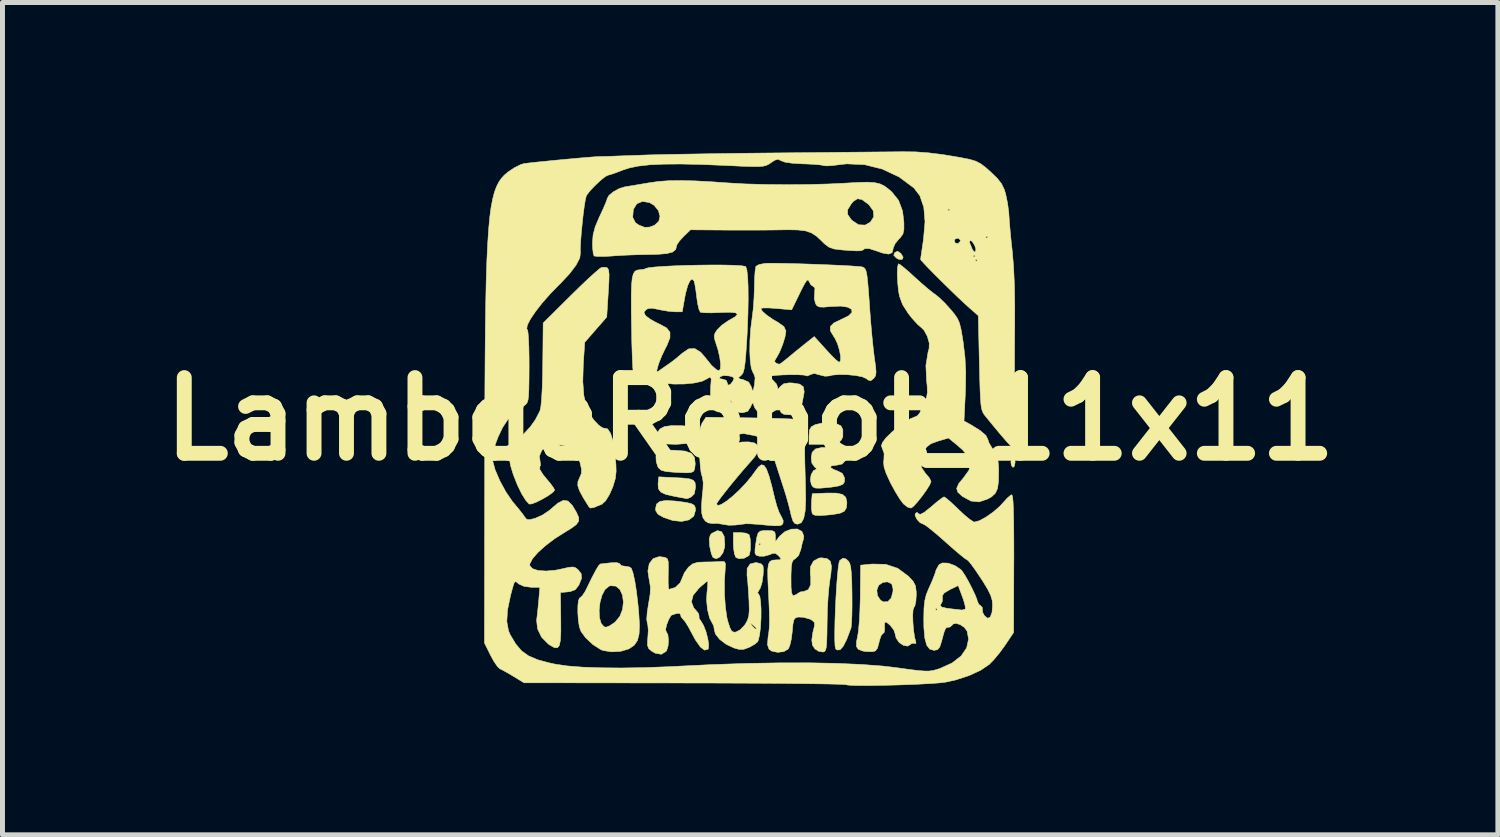
<source format=kicad_pcb>
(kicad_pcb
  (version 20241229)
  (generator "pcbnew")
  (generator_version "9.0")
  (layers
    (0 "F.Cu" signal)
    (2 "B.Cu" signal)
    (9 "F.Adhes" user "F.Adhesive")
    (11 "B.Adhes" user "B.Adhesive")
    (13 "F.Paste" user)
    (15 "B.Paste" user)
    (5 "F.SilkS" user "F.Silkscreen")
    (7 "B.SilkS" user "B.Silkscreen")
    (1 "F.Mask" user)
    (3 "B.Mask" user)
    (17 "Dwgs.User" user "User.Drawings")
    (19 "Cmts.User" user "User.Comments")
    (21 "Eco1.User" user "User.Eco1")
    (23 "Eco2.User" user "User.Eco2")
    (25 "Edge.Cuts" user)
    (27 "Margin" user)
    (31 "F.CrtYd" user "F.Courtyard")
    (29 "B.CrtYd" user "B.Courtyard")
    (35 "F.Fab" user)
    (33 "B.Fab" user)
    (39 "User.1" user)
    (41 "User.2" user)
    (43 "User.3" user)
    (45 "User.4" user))
  (footprint "LambdaRobot_11x11"
    (layer "F.Cu")
    (at 12.054 5.387)
    (property "Reference" "LambdaRobot_11x11" (at 0 0 0) (layer "F.SilkS") (effects (font (size 1.524 1.524) (thickness 0.3))))
    (attr through_hole)
    (fp_poly (pts (xy 5.323 0.798) (xy 5.334 0.868) (xy 5.32 0.947) (xy 5.292 0.974) (xy 5.26 0.937) (xy 5.249 0.868) (xy 5.264 0.788) (xy 5.292 0.762) (xy 5.323 0.798)) (stroke (width 0.01) (type solid)) (fill yes) (layer "F.SilkS"))
    (fp_poly (pts (xy 3.032 -3.336) (xy 3.036 -3.332) (xy 3.08 -3.258) (xy 3.059 -3.212) (xy 2.992 -3.215) (xy 2.944 -3.242) (xy 2.89 -3.298) (xy 2.908 -3.348) (xy 2.913 -3.353) (xy 2.967 -3.379) (xy 3.032 -3.336)) (stroke (width 0.01) (type solid)) (fill yes) (layer "F.SilkS"))
    (fp_poly (pts (xy -0.575 2.269) (xy -0.524 2.362) (xy -0.511 2.52) (xy -0.515 2.582) (xy -0.549 2.694) (xy -0.611 2.777) (xy -0.684 2.813) (xy -0.748 2.787) (xy -0.75 2.785) (xy -0.782 2.711) (xy -0.809 2.591) (xy -0.817 2.543) (xy -0.825 2.411) (xy -0.801 2.333) (xy -0.77 2.3) (xy -0.658 2.246) (xy -0.575 2.269)) (stroke (width 0.01) (type solid)) (fill yes) (layer "F.SilkS"))
    (fp_poly (pts (xy -0.088 2.297) (xy -0.024 2.325) (xy -0.021 2.329) (xy -0.001 2.404) (xy 0.007 2.52) (xy 0.002 2.641) (xy -0.015 2.73) (xy -0.027 2.75) (xy -0.121 2.802) (xy -0.225 2.812) (xy -0.288 2.786) (xy -0.317 2.717) (xy -0.335 2.596) (xy -0.339 2.51) (xy -0.339 2.286) (xy -0.193 2.286) (xy -0.088 2.297)) (stroke (width 0.01) (type solid)) (fill yes) (layer "F.SilkS"))
    (fp_poly (pts (xy -1.495 1.652) (xy -1.469 1.655) (xy -1.292 1.679) (xy -1.183 1.704) (xy -1.126 1.737) (xy -1.104 1.787) (xy -1.101 1.837) (xy -1.136 1.955) (xy -1.233 2.03) (xy -1.378 2.061) (xy -1.557 2.043) (xy -1.743 1.981) (xy -1.853 1.919) (xy -1.9 1.85) (xy -1.905 1.803) (xy -1.885 1.711) (xy -1.816 1.658) (xy -1.69 1.639) (xy -1.495 1.652)) (stroke (width 0.01) (type solid)) (fill yes) (layer "F.SilkS"))
    (fp_poly (pts (xy 1.636 0.083) (xy 1.762 0.104) (xy 1.829 0.14) (xy 1.862 0.206) (xy 1.866 0.219) (xy 1.865 0.359) (xy 1.835 0.42) (xy 1.789 0.468) (xy 1.719 0.495) (xy 1.604 0.506) (xy 1.479 0.508) (xy 1.185 0.508) (xy 1.185 0.337) (xy 1.194 0.221) (xy 1.231 0.156) (xy 1.311 0.112) (xy 1.45 0.081) (xy 1.62 0.081) (xy 1.636 0.083)) (stroke (width 0.01) (type solid)) (fill yes) (layer "F.SilkS"))
    (fp_poly (pts (xy -1.374 0.135) (xy -1.234 0.144) (xy -1.16 0.16) (xy -1.131 0.194) (xy -1.129 0.255) (xy -1.13 0.268) (xy -1.151 0.385) (xy -1.205 0.457) (xy -1.308 0.495) (xy -1.475 0.508) (xy -1.524 0.508) (xy -1.705 0.501) (xy -1.816 0.476) (xy -1.864 0.443) (xy -1.896 0.368) (xy -1.87 0.275) (xy -1.815 0.198) (xy -1.724 0.151) (xy -1.582 0.132) (xy -1.374 0.135)) (stroke (width 0.01) (type solid)) (fill yes) (layer "F.SilkS"))
    (fp_poly (pts (xy 1.733 1.491) (xy 1.857 1.517) (xy 1.924 1.574) (xy 1.946 1.669) (xy 1.947 1.688) (xy 1.936 1.79) (xy 1.894 1.857) (xy 1.805 1.898) (xy 1.653 1.923) (xy 1.576 1.931) (xy 1.413 1.943) (xy 1.315 1.94) (xy 1.265 1.921) (xy 1.247 1.894) (xy 1.234 1.811) (xy 1.234 1.689) (xy 1.235 1.666) (xy 1.249 1.503) (xy 1.538 1.49) (xy 1.733 1.491)) (stroke (width 0.01) (type solid)) (fill yes) (layer "F.SilkS"))
    (fp_poly (pts (xy -1.545 1.178) (xy -1.347 1.189) (xy -1.218 1.205) (xy -1.145 1.233) (xy -1.11 1.28) (xy -1.101 1.351) (xy -1.101 1.377) (xy -1.124 1.505) (xy -1.183 1.565) (xy -1.253 1.598) (xy -1.278 1.604) (xy -1.323 1.594) (xy -1.427 1.575) (xy -1.524 1.557) (xy -1.698 1.518) (xy -1.801 1.47) (xy -1.849 1.402) (xy -1.855 1.302) (xy -1.854 1.295) (xy -1.841 1.164) (xy -1.545 1.178)) (stroke (width 0.01) (type solid)) (fill yes) (layer "F.SilkS"))
    (fp_poly (pts (xy -1.763 0.621) (xy -1.639 0.625) (xy -1.506 0.629) (xy -1.31 0.645) (xy -1.186 0.69) (xy -1.122 0.77) (xy -1.107 0.895) (xy -1.109 0.926) (xy -1.118 1.003) (xy -1.138 1.051) (xy -1.188 1.076) (xy -1.281 1.083) (xy -1.434 1.077) (xy -1.55 1.07) (xy -1.7 1.056) (xy -1.79 1.031) (xy -1.842 0.987) (xy -1.86 0.958) (xy -1.892 0.857) (xy -1.897 0.747) (xy -1.878 0.658) (xy -1.837 0.618) (xy -1.831 0.618) (xy -1.763 0.621)) (stroke (width 0.01) (type solid)) (fill yes) (layer "F.SilkS"))
    (fp_poly (pts (xy 1.929 2.817) (xy 1.977 2.86) (xy 2.004 2.904) (xy 2.024 2.981) (xy 2.037 3.104) (xy 2.046 3.286) (xy 2.05 3.527) (xy 2.051 3.75) (xy 2.048 3.949) (xy 2.041 4.104) (xy 2.032 4.198) (xy 2.028 4.212) (xy 1.945 4.433) (xy 1.873 4.576) (xy 1.809 4.646) (xy 1.749 4.649) (xy 1.72 4.627) (xy 1.709 4.573) (xy 1.703 4.45) (xy 1.703 4.273) (xy 1.707 4.06) (xy 1.716 3.825) (xy 1.727 3.585) (xy 1.741 3.354) (xy 1.757 3.149) (xy 1.774 2.986) (xy 1.791 2.88) (xy 1.803 2.848) (xy 1.869 2.8) (xy 1.929 2.817)) (stroke (width 0.01) (type solid)) (fill yes) (layer "F.SilkS"))
    (fp_poly (pts (xy 1.638 0.577) (xy 1.669 0.58) (xy 1.808 0.599) (xy 1.885 0.627) (xy 1.922 0.674) (xy 1.932 0.705) (xy 1.927 0.824) (xy 1.854 0.904) (xy 1.73 0.931) (xy 1.634 0.943) (xy 1.616 0.974) (xy 1.676 1.014) (xy 1.746 1.039) (xy 1.856 1.095) (xy 1.898 1.18) (xy 1.9 1.26) (xy 1.868 1.312) (xy 1.787 1.346) (xy 1.642 1.37) (xy 1.56 1.379) (xy 1.408 1.392) (xy 1.317 1.39) (xy 1.266 1.368) (xy 1.233 1.323) (xy 1.232 1.321) (xy 1.211 1.224) (xy 1.228 1.119) (xy 1.273 1.039) (xy 1.322 1.015) (xy 1.338 0.998) (xy 1.302 0.97) (xy 1.242 0.888) (xy 1.228 0.78) (xy 1.248 0.669) (xy 1.317 0.601) (xy 1.443 0.572) (xy 1.638 0.577)) (stroke (width 0.01) (type solid)) (fill yes) (layer "F.SilkS"))
    (fp_poly (pts (xy -2.627 2.91) (xy -2.625 2.919) (xy -2.589 2.953) (xy -2.521 2.963) (xy -2.432 2.978) (xy -2.394 3.003) (xy -2.36 3.095) (xy -2.324 3.256) (xy -2.29 3.471) (xy -2.26 3.725) (xy -2.244 3.892) (xy -2.229 4.145) (xy -2.237 4.329) (xy -2.27 4.46) (xy -2.334 4.553) (xy -2.432 4.621) (xy -2.445 4.628) (xy -2.605 4.676) (xy -2.792 4.687) (xy -2.961 4.66) (xy -3.006 4.643) (xy -3.166 4.541) (xy -3.314 4.403) (xy -3.412 4.267) (xy -3.441 4.174) (xy -3.461 4.043) (xy -3.47 3.896) (xy -3.47 3.852) (xy -3.041 3.852) (xy -3.034 3.999) (xy -3 4.116) (xy -2.94 4.183) (xy -2.902 4.191) (xy -2.833 4.165) (xy -2.738 4.102) (xy -2.717 4.085) (xy -2.623 3.97) (xy -2.569 3.83) (xy -2.553 3.682) (xy -2.572 3.544) (xy -2.623 3.432) (xy -2.704 3.364) (xy -2.811 3.356) (xy -2.842 3.365) (xy -2.923 3.432) (xy -2.984 3.549) (xy -3.024 3.695) (xy -3.041 3.852) (xy -3.47 3.852) (xy -3.469 3.757) (xy -3.457 3.651) (xy -3.432 3.6) (xy -3.427 3.598) (xy -3.384 3.563) (xy -3.325 3.475) (xy -3.296 3.418) (xy -3.187 3.194) (xy -3.106 3.041) (xy -3.052 2.951) (xy -3.018 2.918) (xy -3.016 2.918) (xy -2.957 2.911) (xy -2.849 2.899) (xy -2.805 2.894) (xy -2.684 2.891) (xy -2.627 2.91)) (stroke (width 0.01) (type solid)) (fill yes) (layer "F.SilkS"))
    (fp_poly (pts (xy 2.73 2.925) (xy 2.97 3.005) (xy 3.184 3.164) (xy 3.186 3.165) (xy 3.281 3.267) (xy 3.328 3.357) (xy 3.343 3.473) (xy 3.344 3.541) (xy 3.336 3.672) (xy 3.315 3.765) (xy 3.297 3.792) (xy 3.279 3.844) (xy 3.273 3.956) (xy 3.277 4.1) (xy 3.29 4.254) (xy 3.31 4.391) (xy 3.333 4.477) (xy 3.337 4.522) (xy 3.312 4.515) (xy 3.253 4.514) (xy 3.239 4.529) (xy 3.173 4.572) (xy 3.086 4.557) (xy 3 4.499) (xy 2.938 4.41) (xy 2.921 4.333) (xy 2.892 4.247) (xy 2.82 4.154) (xy 2.815 4.149) (xy 2.742 4.089) (xy 2.709 4.094) (xy 2.704 4.174) (xy 2.708 4.223) (xy 2.698 4.297) (xy 2.673 4.318) (xy 2.639 4.355) (xy 2.605 4.45) (xy 2.594 4.498) (xy 2.563 4.614) (xy 2.52 4.669) (xy 2.454 4.684) (xy 2.335 4.681) (xy 2.265 4.67) (xy 2.177 4.636) (xy 2.139 4.58) (xy 2.141 4.479) (xy 2.163 4.378) (xy 2.181 4.258) (xy 2.197 4.077) (xy 2.209 3.856) (xy 2.216 3.617) (xy 2.217 3.556) (xy 2.218 3.445) (xy 2.55 3.445) (xy 2.562 3.554) (xy 2.623 3.646) (xy 2.681 3.681) (xy 2.771 3.677) (xy 2.839 3.604) (xy 2.874 3.474) (xy 2.877 3.423) (xy 2.85 3.319) (xy 2.767 3.278) (xy 2.672 3.288) (xy 2.586 3.347) (xy 2.55 3.445) (xy 2.218 3.445) (xy 2.223 2.942) (xy 2.455 2.919) (xy 2.73 2.925)) (stroke (width 0.01) (type solid)) (fill yes) (layer "F.SilkS"))
    (fp_poly (pts (xy -2.878 -3.046) (xy -2.851 -3.003) (xy -2.841 -2.915) (xy -2.844 -2.77) (xy -2.857 -2.553) (xy -2.857 -2.551) (xy -2.888 -2.053) (xy -3.11 -1.799) (xy -3.331 -1.545) (xy -3.36 -1.104) (xy -3.37 -0.755) (xy -3.349 -0.473) (xy -3.295 -0.246) (xy -3.205 -0.06) (xy -3.141 0.028) (xy -3.05 0.123) (xy -2.973 0.177) (xy -2.939 0.184) (xy -2.872 0.197) (xy -2.812 0.286) (xy -2.762 0.441) (xy -2.725 0.654) (xy -2.703 0.915) (xy -2.699 1.058) (xy -2.716 1.202) (xy -2.765 1.364) (xy -2.833 1.519) (xy -2.91 1.645) (xy -2.985 1.715) (xy -2.997 1.72) (xy -3.099 1.76) (xy -3.141 1.78) (xy -3.219 1.792) (xy -3.247 1.767) (xy -3.365 1.577) (xy -3.438 1.44) (xy -3.471 1.34) (xy -3.468 1.259) (xy -3.437 1.186) (xy -3.4 1.101) (xy -3.395 1.014) (xy -3.423 0.888) (xy -3.426 0.877) (xy -3.476 0.744) (xy -3.536 0.638) (xy -3.559 0.611) (xy -3.668 0.554) (xy -3.821 0.521) (xy -3.978 0.518) (xy -4.101 0.547) (xy -4.103 0.548) (xy -4.197 0.634) (xy -4.244 0.746) (xy -4.23 0.851) (xy -4.22 0.93) (xy -4.236 0.96) (xy -4.235 1.017) (xy -4.168 1.122) (xy -4.108 1.195) (xy -4.017 1.304) (xy -3.955 1.391) (xy -3.937 1.431) (xy -3.972 1.475) (xy -4.06 1.539) (xy -4.177 1.608) (xy -4.297 1.669) (xy -4.396 1.708) (xy -4.449 1.712) (xy -4.517 1.639) (xy -4.6 1.506) (xy -4.685 1.332) (xy -4.761 1.14) (xy -4.775 1.101) (xy -4.822 0.946) (xy -4.842 0.84) (xy -4.836 0.752) (xy -4.808 0.658) (xy -4.745 0.533) (xy -4.643 0.392) (xy -4.572 0.313) (xy -4.427 0.157) (xy -4.324 0.012) (xy -4.236 -0.159) (xy -4.232 -0.169) (xy -4.214 -0.252) (xy -4.199 -0.409) (xy -4.187 -0.632) (xy -4.179 -0.909) (xy -4.176 -1.104) (xy -4.168 -1.934) (xy -3.609 -2.489) (xy -3.429 -2.665) (xy -3.268 -2.818) (xy -3.134 -2.94) (xy -3.04 -3.021) (xy -2.996 -3.051) (xy -2.925 -3.057) (xy -2.878 -3.046)) (stroke (width 0.01) (type solid)) (fill yes) (layer "F.SilkS"))
    (fp_poly (pts (xy 0.059 -0.023) (xy 0.336 -0.018) (xy 0.585 -0.011) (xy 0.793 -0.003) (xy 0.949 0.006) (xy 1.038 0.014) (xy 1.054 0.019) (xy 1.076 0.074) (xy 1.091 0.199) (xy 1.096 0.377) (xy 1.096 0.415) (xy 1.097 0.609) (xy 1.1 0.854) (xy 1.107 1.117) (xy 1.113 1.333) (xy 1.118 1.63) (xy 1.107 1.849) (xy 1.078 1.999) (xy 1.03 2.086) (xy 0.961 2.116) (xy 0.954 2.117) (xy 0.9 2.104) (xy 0.862 2.055) (xy 0.828 1.951) (xy 0.806 1.855) (xy 0.771 1.715) (xy 0.721 1.538) (xy 0.677 1.397) (xy 0.612 1.197) (xy 0.541 0.977) (xy 0.499 0.847) (xy 0.429 0.646) (xy 0.364 0.51) (xy 0.288 0.423) (xy 0.19 0.367) (xy 0.094 0.335) (xy -0.125 0.293) (xy -0.282 0.309) (xy -0.369 0.369) (xy -0.402 0.448) (xy -0.368 0.492) (xy -0.298 0.487) (xy -0.165 0.462) (xy -0.028 0.46) (xy 0.082 0.48) (xy 0.13 0.512) (xy 0.162 0.586) (xy 0.152 0.662) (xy 0.093 0.758) (xy -0.012 0.88) (xy -0.126 1.009) (xy -0.253 1.159) (xy -0.382 1.315) (xy -0.5 1.463) (xy -0.597 1.588) (xy -0.659 1.675) (xy -0.677 1.709) (xy -0.651 1.741) (xy -0.581 1.719) (xy -0.477 1.653) (xy -0.352 1.553) (xy -0.217 1.428) (xy -0.084 1.288) (xy 0.036 1.142) (xy 0.096 1.058) (xy 0.166 0.965) (xy 0.225 0.921) (xy 0.277 0.932) (xy 0.327 1.005) (xy 0.379 1.145) (xy 0.437 1.357) (xy 0.492 1.587) (xy 0.535 1.746) (xy 0.582 1.878) (xy 0.623 1.956) (xy 0.624 1.956) (xy 0.664 2.041) (xy 0.661 2.098) (xy 0.637 2.132) (xy 0.585 2.148) (xy 0.487 2.149) (xy 0.325 2.136) (xy 0.307 2.134) (xy 0.142 2.119) (xy 0.005 2.11) (xy -0.078 2.108) (xy -0.085 2.108) (xy -0.169 2.118) (xy -0.287 2.133) (xy -0.296 2.134) (xy -0.431 2.138) (xy -0.549 2.12) (xy -0.55 2.119) (xy -0.667 2.1) (xy -0.745 2.104) (xy -0.845 2.091) (xy -0.904 2.053) (xy -0.95 1.989) (xy -0.975 1.897) (xy -0.98 1.763) (xy -0.968 1.572) (xy -0.95 1.407) (xy -0.946 1.276) (xy -0.962 1.169) (xy -0.97 1.149) (xy -0.989 1.076) (xy -1.005 0.939) (xy -1.017 0.762) (xy -1.022 0.626) (xy -1.024 0.41) (xy -1.018 0.26) (xy -1 0.158) (xy -0.97 0.085) (xy -0.962 0.071) (xy -0.89 -0.037) (xy 0.059 -0.023)) (stroke (width 0.01) (type solid)) (fill yes) (layer "F.SilkS"))
    (fp_poly (pts (xy 1.04 2.262) (xy 1.045 2.268) (xy 1.08 2.357) (xy 1.075 2.412) (xy 1.048 2.497) (xy 1.022 2.616) (xy 1.02 2.625) (xy 0.975 2.748) (xy 0.91 2.81) (xy 0.868 2.838) (xy 0.842 2.89) (xy 0.828 2.984) (xy 0.822 3.137) (xy 0.822 3.202) (xy 0.823 3.387) (xy 0.834 3.5) (xy 0.857 3.55) (xy 0.872 3.556) (xy 0.941 3.527) (xy 0.953 3.514) (xy 1.011 3.481) (xy 1.081 3.471) (xy 1.171 3.435) (xy 1.219 3.334) (xy 1.22 3.18) (xy 1.211 3.124) (xy 1.213 2.974) (xy 1.275 2.86) (xy 1.385 2.799) (xy 1.435 2.794) (xy 1.548 2.809) (xy 1.614 2.863) (xy 1.637 2.966) (xy 1.623 3.132) (xy 1.608 3.219) (xy 1.587 3.377) (xy 1.568 3.592) (xy 1.555 3.836) (xy 1.549 4.082) (xy 1.549 4.095) (xy 1.546 4.329) (xy 1.541 4.491) (xy 1.532 4.595) (xy 1.517 4.654) (xy 1.493 4.683) (xy 1.468 4.691) (xy 1.38 4.676) (xy 1.305 4.629) (xy 1.254 4.556) (xy 1.24 4.45) (xy 1.262 4.296) (xy 1.294 4.166) (xy 1.294 4.094) (xy 1.232 4.042) (xy 1.193 4.025) (xy 1.07 3.991) (xy 0.967 3.986) (xy 0.913 4.002) (xy 0.88 4.043) (xy 0.861 4.128) (xy 0.847 4.278) (xy 0.847 4.28) (xy 0.827 4.435) (xy 0.797 4.563) (xy 0.767 4.629) (xy 0.678 4.682) (xy 0.555 4.697) (xy 0.438 4.674) (xy 0.381 4.635) (xy 0.348 4.544) (xy 0.36 4.393) (xy 0.36 4.392) (xy 0.376 4.289) (xy 0.386 4.183) (xy 0.389 4.055) (xy 0.386 3.889) (xy 0.377 3.669) (xy 0.365 3.429) (xy 0.355 3.194) (xy 0.354 3.031) (xy 0.367 2.926) (xy 0.397 2.868) (xy 0.447 2.842) (xy 0.517 2.836) (xy 0.605 2.833) (xy 0.619 2.81) (xy 0.575 2.756) (xy 0.509 2.702) (xy 0.44 2.709) (xy 0.399 2.729) (xy 0.28 2.762) (xy 0.188 2.762) (xy 0.124 2.743) (xy 0.097 2.703) (xy 0.098 2.617) (xy 0.107 2.545) (xy 0.111 2.519) (xy 0.169 2.519) (xy 0.191 2.54) (xy 0.212 2.519) (xy 0.191 2.498) (xy 0.169 2.519) (xy 0.111 2.519) (xy 0.131 2.389) (xy 0.158 2.299) (xy 0.202 2.257) (xy 0.279 2.244) (xy 0.337 2.244) (xy 0.447 2.249) (xy 0.496 2.276) (xy 0.508 2.339) (xy 0.508 2.355) (xy 0.508 2.467) (xy 0.595 2.357) (xy 0.7 2.266) (xy 0.828 2.217) (xy 0.95 2.213) (xy 1.04 2.262)) (stroke (width 0.01) (type solid)) (fill yes) (layer "F.SilkS"))
    (fp_poly (pts (xy 3.021 -3.107) (xy 3.105 -3.041) (xy 3.222 -2.939) (xy 3.307 -2.861) (xy 3.452 -2.731) (xy 3.585 -2.617) (xy 3.688 -2.535) (xy 3.722 -2.512) (xy 3.805 -2.445) (xy 3.917 -2.337) (xy 4.026 -2.217) (xy 4.113 -2.113) (xy 4.173 -2.025) (xy 4.214 -1.932) (xy 4.244 -1.812) (xy 4.274 -1.641) (xy 4.29 -1.534) (xy 4.325 -1.241) (xy 4.34 -0.951) (xy 4.336 -0.626) (xy 4.332 -0.52) (xy 4.305 0.039) (xy 4.443 0.115) (xy 4.629 0.23) (xy 4.745 0.329) (xy 4.784 0.408) (xy 4.808 0.48) (xy 4.869 0.581) (xy 4.892 0.613) (xy 4.952 0.707) (xy 4.986 0.807) (xy 5 0.945) (xy 5.003 1.048) (xy 4.999 1.255) (xy 4.98 1.397) (xy 4.936 1.494) (xy 4.861 1.564) (xy 4.781 1.61) (xy 4.608 1.668) (xy 4.446 1.651) (xy 4.274 1.558) (xy 4.265 1.551) (xy 4.18 1.473) (xy 4.157 1.396) (xy 4.198 1.301) (xy 4.297 1.18) (xy 4.404 1.032) (xy 4.438 0.898) (xy 4.397 0.765) (xy 4.279 0.623) (xy 4.18 0.535) (xy 3.993 0.382) (xy 3.779 0.445) (xy 3.638 0.497) (xy 3.553 0.562) (xy 3.497 0.652) (xy 3.437 0.832) (xy 3.449 0.977) (xy 3.533 1.099) (xy 3.535 1.101) (xy 3.607 1.184) (xy 3.64 1.254) (xy 3.641 1.258) (xy 3.615 1.323) (xy 3.55 1.428) (xy 3.463 1.55) (xy 3.37 1.667) (xy 3.289 1.756) (xy 3.241 1.792) (xy 3.178 1.778) (xy 3.095 1.716) (xy 3.08 1.701) (xy 3.011 1.608) (xy 2.924 1.466) (xy 2.835 1.303) (xy 2.82 1.274) (xy 2.739 1.097) (xy 2.696 0.97) (xy 2.686 0.87) (xy 2.692 0.818) (xy 2.697 0.691) (xy 2.669 0.616) (xy 2.641 0.537) (xy 2.664 0.472) (xy 2.735 0.378) (xy 2.853 0.263) (xy 2.991 0.147) (xy 3.129 0.048) (xy 3.241 -0.014) (xy 3.271 -0.024) (xy 3.365 -0.065) (xy 3.413 -0.12) (xy 3.445 -0.203) (xy 3.499 -0.317) (xy 3.51 -0.339) (xy 3.551 -0.435) (xy 3.568 -0.536) (xy 3.563 -0.672) (xy 3.551 -0.778) (xy 3.538 -1.08) (xy 3.582 -1.351) (xy 3.602 -1.418) (xy 3.605 -1.531) (xy 3.566 -1.667) (xy 3.501 -1.787) (xy 3.45 -1.838) (xy 3.37 -1.907) (xy 3.267 -2.02) (xy 3.182 -2.127) (xy 3.069 -2.303) (xy 3.007 -2.47) (xy 2.986 -2.582) (xy 2.969 -2.758) (xy 2.962 -2.922) (xy 2.967 -3.051) (xy 2.982 -3.122) (xy 2.985 -3.126) (xy 3.021 -3.107)) (stroke (width 0.01) (type solid)) (fill yes) (layer "F.SilkS"))
    (fp_poly (pts (xy -1.105 -4.795) (xy -0.758 -4.776) (xy -0.445 -4.754) (xy -0.102 -4.734) (xy 0.298 -4.723) (xy 0.729 -4.719) (xy 1.165 -4.722) (xy 1.58 -4.733) (xy 1.904 -4.749) (xy 2.167 -4.764) (xy 2.362 -4.769) (xy 2.505 -4.76) (xy 2.614 -4.735) (xy 2.704 -4.691) (xy 2.793 -4.624) (xy 2.85 -4.574) (xy 2.987 -4.404) (xy 3.068 -4.187) (xy 3.095 -3.959) (xy 3.095 -3.816) (xy 3.075 -3.725) (xy 3.023 -3.653) (xy 2.992 -3.622) (xy 2.916 -3.529) (xy 2.879 -3.439) (xy 2.879 -3.43) (xy 2.857 -3.349) (xy 2.788 -3.321) (xy 2.662 -3.343) (xy 2.552 -3.382) (xy 2.399 -3.431) (xy 2.311 -3.432) (xy 2.298 -3.424) (xy 2.266 -3.401) (xy 2.218 -3.388) (xy 2.135 -3.386) (xy 1.999 -3.393) (xy 1.845 -3.405) (xy 1.692 -3.424) (xy 1.587 -3.46) (xy 1.495 -3.529) (xy 1.444 -3.58) (xy 1.338 -3.68) (xy 1.235 -3.747) (xy 1.117 -3.788) (xy 0.962 -3.807) (xy 0.752 -3.811) (xy 0.635 -3.809) (xy 0.429 -3.806) (xy 0.168 -3.804) (xy -0.12 -3.804) (xy -0.407 -3.804) (xy -0.506 -3.805) (xy -1.202 -3.81) (xy -1.342 -3.675) (xy -1.426 -3.583) (xy -1.476 -3.508) (xy -1.482 -3.487) (xy -1.5 -3.413) (xy -1.564 -3.362) (xy -1.683 -3.331) (xy -1.869 -3.316) (xy -2.018 -3.313) (xy -2.25 -3.309) (xy -2.499 -3.3) (xy -2.72 -3.287) (xy -2.774 -3.283) (xy -2.936 -3.273) (xy -3.065 -3.273) (xy -3.137 -3.282) (xy -3.144 -3.285) (xy -3.161 -3.342) (xy -3.173 -3.454) (xy -3.175 -3.548) (xy -3.163 -3.709) (xy -3.121 -3.869) (xy -3.04 -4.061) (xy -2.365 -4.061) (xy -2.311 -3.954) (xy -2.243 -3.907) (xy -2.125 -3.86) (xy -2.024 -3.865) (xy -1.928 -3.901) (xy -1.841 -3.978) (xy -1.816 -4.085) (xy -1.826 -4.121) (xy 1.961 -4.121) (xy 2.032 -4.019) (xy 2.051 -3.999) (xy 2.182 -3.912) (xy 2.314 -3.905) (xy 2.42 -3.965) (xy 2.489 -4.073) (xy 2.478 -4.194) (xy 2.389 -4.317) (xy 2.367 -4.335) (xy 2.249 -4.42) (xy 2.161 -4.436) (xy 2.08 -4.385) (xy 2.035 -4.333) (xy 1.963 -4.216) (xy 1.961 -4.121) (xy -1.826 -4.121) (xy -1.849 -4.201) (xy -1.936 -4.304) (xy -2.027 -4.358) (xy -2.169 -4.382) (xy -2.282 -4.335) (xy -2.351 -4.223) (xy -2.353 -4.214) (xy -2.365 -4.061) (xy -3.04 -4.061) (xy -3.039 -4.062) (xy -3.027 -4.088) (xy -2.958 -4.237) (xy -2.906 -4.358) (xy -2.88 -4.431) (xy -2.879 -4.439) (xy -2.843 -4.503) (xy -2.754 -4.576) (xy -2.639 -4.639) (xy -2.525 -4.675) (xy -2.421 -4.692) (xy -2.263 -4.718) (xy -2.081 -4.749) (xy -2.032 -4.757) (xy -1.842 -4.784) (xy -1.634 -4.799) (xy -1.392 -4.802) (xy -1.105 -4.795)) (stroke (width 0.01) (type solid)) (fill yes) (layer "F.SilkS"))
    (fp_poly (pts (xy -1.74 2.781) (xy -1.693 2.795) (xy -1.664 2.82) (xy -1.65 2.873) (xy -1.647 2.973) (xy -1.65 3.137) (xy -1.651 3.164) (xy -1.651 3.301) (xy -1.645 3.397) (xy -1.636 3.429) (xy -1.509 3.391) (xy -1.41 3.296) (xy -1.376 3.218) (xy -1.324 3.094) (xy -1.242 2.982) (xy -1.157 2.915) (xy -1.054 2.884) (xy -0.918 2.878) (xy -0.768 2.876) (xy -0.637 2.871) (xy -0.593 2.868) (xy -0.523 2.869) (xy -0.498 2.907) (xy -0.502 3.006) (xy -0.518 3.261) (xy -0.517 3.532) (xy -0.499 3.788) (xy -0.468 4.001) (xy -0.451 4.07) (xy -0.408 4.203) (xy -0.371 4.271) (xy -0.326 4.292) (xy -0.286 4.288) (xy -0.2 4.242) (xy -0.113 4.151) (xy -0.099 4.131) (xy -0.085 4.107) (xy 0.003 4.107) (xy 0.013 4.129) (xy 0.037 4.159) (xy 0.099 4.225) (xy 0.126 4.225) (xy 0.127 4.217) (xy 0.098 4.182) (xy 0.053 4.143) (xy 0.003 4.107) (xy -0.085 4.107) (xy -0.054 4.05) (xy -0.028 3.964) (xy -0.019 3.848) (xy -0.023 3.676) (xy -0.025 3.637) (xy -0.036 3.454) (xy -0.048 3.288) (xy -0.061 3.169) (xy -0.064 3.152) (xy -0.061 3.008) (xy -0.001 2.918) (xy 0.107 2.89) (xy 0.151 2.896) (xy 0.223 2.917) (xy 0.258 2.954) (xy 0.266 3.031) (xy 0.26 3.144) (xy 0.24 3.285) (xy 0.206 3.398) (xy 0.184 3.435) (xy 0.149 3.498) (xy 0.167 3.52) (xy 0.194 3.569) (xy 0.211 3.681) (xy 0.219 3.836) (xy 0.218 4.011) (xy 0.208 4.186) (xy 0.19 4.341) (xy 0.164 4.453) (xy 0.149 4.485) (xy 0.097 4.53) (xy -0.000137 4.586) (xy -0.02 4.596) (xy -0.132 4.637) (xy -0.231 4.636) (xy -0.326 4.609) (xy -0.484 4.535) (xy -0.615 4.435) (xy -0.699 4.328) (xy -0.72 4.255) (xy -0.735 4.163) (xy -0.755 4.125) (xy -0.817 4.007) (xy -0.86 3.836) (xy -0.878 3.642) (xy -0.87 3.497) (xy -0.857 3.368) (xy -0.853 3.282) (xy -0.857 3.26) (xy -0.894 3.286) (xy -0.972 3.352) (xy -1.029 3.403) (xy -1.148 3.546) (xy -1.183 3.68) (xy -1.135 3.804) (xy -1.093 3.85) (xy -1.037 3.919) (xy -1.03 3.965) (xy -1.03 3.965) (xy -1.028 4.014) (xy -0.992 4.067) (xy -0.939 4.155) (xy -0.89 4.281) (xy -0.854 4.42) (xy -0.835 4.543) (xy -0.842 4.624) (xy -0.849 4.634) (xy -0.918 4.653) (xy -1.002 4.59) (xy -1.104 4.445) (xy -1.174 4.315) (xy -1.247 4.179) (xy -1.311 4.077) (xy -1.352 4.03) (xy -1.354 4.029) (xy -1.393 3.98) (xy -1.397 3.952) (xy -1.42 3.909) (xy -1.492 3.918) (xy -1.567 3.943) (xy -1.592 3.953) (xy -1.643 4.041) (xy -1.683 4.145) (xy -1.702 4.234) (xy -1.693 4.276) (xy -1.658 4.339) (xy -1.645 4.448) (xy -1.653 4.568) (xy -1.682 4.662) (xy -1.692 4.676) (xy -1.788 4.736) (xy -1.91 4.715) (xy -1.985 4.672) (xy -2.044 4.62) (xy -2.068 4.555) (xy -2.066 4.448) (xy -2.06 4.391) (xy -2.052 4.254) (xy -2.061 4.145) (xy -2.071 4.112) (xy -2.083 4.031) (xy -2.073 3.888) (xy -2.047 3.725) (xy -2.015 3.531) (xy -2.008 3.388) (xy -2.026 3.27) (xy -2.032 3.246) (xy -2.06 3.06) (xy -2.032 2.911) (xy -1.954 2.81) (xy -1.834 2.77) (xy -1.74 2.781)) (stroke (width 0.01) (type solid)) (fill yes) (layer "F.SilkS"))
    (fp_poly (pts (xy 0.628 -3.135) (xy 0.844 -3.13) (xy 1.087 -3.123) (xy 1.342 -3.114) (xy 1.593 -3.104) (xy 1.825 -3.094) (xy 2.022 -3.083) (xy 2.168 -3.073) (xy 2.248 -3.065) (xy 2.254 -3.063) (xy 2.288 -3.05) (xy 2.314 -3.023) (xy 2.335 -2.973) (xy 2.352 -2.886) (xy 2.367 -2.753) (xy 2.383 -2.561) (xy 2.402 -2.3) (xy 2.408 -2.201) (xy 2.428 -1.941) (xy 2.451 -1.68) (xy 2.475 -1.444) (xy 2.497 -1.259) (xy 2.503 -1.215) (xy 2.527 -1.045) (xy 2.534 -0.938) (xy 2.524 -0.872) (xy 2.494 -0.826) (xy 2.485 -0.816) (xy 2.425 -0.77) (xy 2.373 -0.787) (xy 2.34 -0.814) (xy 2.259 -0.85) (xy 2.121 -0.877) (xy 1.956 -0.893) (xy 1.791 -0.896) (xy 1.655 -0.885) (xy 1.597 -0.869) (xy 1.507 -0.862) (xy 1.396 -0.889) (xy 1.287 -0.919) (xy 1.215 -0.896) (xy 1.213 -0.895) (xy 1.152 -0.867) (xy 1.129 -0.874) (xy 1.077 -0.886) (xy 0.965 -0.892) (xy 0.82 -0.893) (xy 0.666 -0.889) (xy 0.53 -0.881) (xy 0.436 -0.869) (xy 0.412 -0.861) (xy 0.413 -0.824) (xy 0.463 -0.776) (xy 0.53 -0.704) (xy 0.55 -0.646) (xy 0.558 -0.604) (xy 0.589 -0.631) (xy 0.609 -0.657) (xy 0.675 -0.71) (xy 0.781 -0.728) (xy 0.851 -0.726) (xy 0.997 -0.703) (xy 1.071 -0.649) (xy 1.087 -0.551) (xy 1.078 -0.487) (xy 1.052 -0.356) (xy 1.032 -0.257) (xy 1.003 -0.152) (xy 0.954 -0.101) (xy 0.858 -0.086) (xy 0.798 -0.085) (xy 0.681 -0.094) (xy 0.623 -0.129) (xy 0.604 -0.171) (xy 0.582 -0.258) (xy 0.501 -0.171) (xy 0.382 -0.098) (xy 0.249 -0.094) (xy 0.16 -0.138) (xy 0.093 -0.224) (xy 0.074 -0.275) (xy 0.057 -0.325) (xy 0.035 -0.305) (xy 0.008 -0.243) (xy -0.05 -0.156) (xy -0.145 -0.128) (xy -0.17 -0.127) (xy -0.265 -0.142) (xy -0.315 -0.18) (xy -0.315 -0.18) (xy -0.343 -0.262) (xy -0.363 -0.318) (xy -0.373 -0.339) (xy 0.55 -0.339) (xy 0.566 -0.304) (xy 0.579 -0.31) (xy 0.584 -0.361) (xy 0.579 -0.367) (xy 0.553 -0.361) (xy 0.55 -0.339) (xy -0.373 -0.339) (xy -0.389 -0.376) (xy -0.404 -0.355) (xy -0.412 -0.31) (xy -0.466 -0.192) (xy -0.568 -0.138) (xy -0.653 -0.144) (xy -0.722 -0.176) (xy -0.762 -0.247) (xy -0.786 -0.362) (xy -0.799 -0.518) (xy -0.795 -0.668) (xy -0.791 -0.701) (xy -0.784 -0.811) (xy -0.787 -0.815) (xy -0.62 -0.815) (xy -0.559 -0.804) (xy -0.559 -0.804) (xy -0.483 -0.78) (xy -0.466 -0.741) (xy -0.447 -0.683) (xy -0.4 -0.697) (xy -0.35 -0.759) (xy -0.325 -0.818) (xy -0.357 -0.85) (xy -0.429 -0.869) (xy -0.542 -0.876) (xy -0.605 -0.851) (xy -0.62 -0.815) (xy -0.787 -0.815) (xy -0.812 -0.845) (xy -0.87 -0.81) (xy -0.97 -0.76) (xy -1.13 -0.725) (xy -1.326 -0.706) (xy -1.533 -0.704) (xy -1.728 -0.719) (xy -1.887 -0.753) (xy -1.936 -0.772) (xy -2.049 -0.796) (xy -2.139 -0.769) (xy -2.231 -0.733) (xy -2.285 -0.72) (xy -2.311 -0.736) (xy -2.333 -0.789) (xy -2.35 -0.888) (xy -2.364 -1.039) (xy -2.374 -1.251) (xy -2.383 -1.531) (xy -2.389 -1.888) (xy -2.39 -1.924) (xy -2.393 -2.152) (xy -2.138 -2.152) (xy -2.118 -2.101) (xy -2.094 -2.072) (xy -2.016 -2.013) (xy -1.894 -1.944) (xy -1.817 -1.908) (xy -1.682 -1.834) (xy -1.615 -1.749) (xy -1.615 -1.637) (xy -1.676 -1.483) (xy -1.706 -1.426) (xy -1.778 -1.277) (xy -1.839 -1.125) (xy -1.851 -1.087) (xy -1.879 -0.985) (xy -1.877 -0.95) (xy -1.838 -0.969) (xy -1.807 -0.992) (xy -1.699 -1.068) (xy -1.609 -1.13) (xy -1.508 -1.206) (xy -1.392 -1.304) (xy -1.368 -1.325) (xy -1.239 -1.413) (xy -1.117 -1.42) (xy -0.997 -1.346) (xy -0.904 -1.238) (xy -0.777 -1.08) (xy -0.677 -0.992) (xy -0.627 -0.974) (xy -0.6 -1.011) (xy -0.595 -1.108) (xy -0.613 -1.244) (xy -0.649 -1.399) (xy -0.671 -1.467) (xy -0.712 -1.595) (xy -0.725 -1.673) (xy -0.707 -1.733) (xy -0.665 -1.796) (xy -0.573 -1.888) (xy -0.449 -1.975) (xy -0.419 -1.992) (xy -0.3 -2.061) (xy -0.258 -2.11) (xy -0.295 -2.139) (xy -0.412 -2.15) (xy -0.607 -2.145) (xy -0.775 -2.138) (xy -0.911 -2.14) (xy -0.992 -2.148) (xy -1.003 -2.152) (xy -1.03 -2.206) (xy -1.057 -2.319) (xy -1.076 -2.448) (xy -1.095 -2.598) (xy -1.115 -2.719) (xy -1.129 -2.777) (xy -1.166 -2.82) (xy -1.211 -2.787) (xy -1.257 -2.689) (xy -1.3 -2.533) (xy -1.316 -2.453) (xy -1.368 -2.159) (xy -1.512 -2.159) (xy -1.647 -2.17) (xy -1.804 -2.197) (xy -1.844 -2.206) (xy -1.977 -2.232) (xy -2.059 -2.223) (xy -2.097 -2.2) (xy -2.138 -2.152) (xy -2.393 -2.152) (xy -2.394 -2.255) (xy -2.394 -2.51) (xy -2.388 -2.701) (xy -2.375 -2.835) (xy -2.353 -2.923) (xy -2.321 -2.974) (xy -2.276 -2.999) (xy -2.218 -3.006) (xy -2.205 -3.006) (xy -2.129 -3.018) (xy -2.107 -3.03) (xy -2.05 -3.046) (xy -1.923 -3.061) (xy -1.742 -3.074) (xy -1.521 -3.085) (xy -1.274 -3.094) (xy -1.018 -3.099) (xy -0.766 -3.102) (xy -0.534 -3.101) (xy -0.336 -3.096) (xy -0.187 -3.088) (xy -0.102 -3.075) (xy -0.089 -3.069) (xy -0.067 -3.003) (xy -0.051 -2.864) (xy -0.042 -2.664) (xy -0.04 -2.413) (xy -0.045 -2.124) (xy -0.056 -1.807) (xy -0.07 -1.556) (xy -0.087 -1.308) (xy -0.103 -1.131) (xy -0.121 -1.011) (xy -0.142 -0.935) (xy -0.17 -0.891) (xy -0.188 -0.875) (xy -0.235 -0.834) (xy -0.217 -0.811) (xy -0.138 -0.792) (xy -0.03 -0.744) (xy 0.023 -0.648) (xy 0.045 -0.577) (xy 0.059 -0.573) (xy 0.076 -0.641) (xy 0.087 -0.699) (xy 0.099 -0.834) (xy 0.068 -0.923) (xy 0.055 -0.939) (xy 0.023 -1.021) (xy 0.001 -1.168) (xy -0.008 -1.362) (xy -0.005 -1.582) (xy 0.01 -1.811) (xy 0.038 -2.03) (xy 0.038 -2.032) (xy 0.061 -2.214) (xy 0.062 -2.225) (xy 0.212 -2.225) (xy 0.246 -2.169) (xy 0.335 -2.091) (xy 0.461 -2.004) (xy 0.561 -1.946) (xy 0.679 -1.862) (xy 0.719 -1.775) (xy 0.72 -1.768) (xy 0.701 -1.653) (xy 0.654 -1.501) (xy 0.593 -1.35) (xy 0.531 -1.237) (xy 0.519 -1.221) (xy 0.488 -1.159) (xy 0.532 -1.119) (xy 0.588 -1.104) (xy 0.626 -1.127) (xy 0.706 -1.189) (xy 0.757 -1.23) (xy 0.883 -1.335) (xy 1.031 -1.455) (xy 1.1 -1.511) (xy 1.29 -1.661) (xy 1.524 -1.402) (xy 1.635 -1.282) (xy 1.727 -1.192) (xy 1.785 -1.146) (xy 1.793 -1.143) (xy 1.82 -1.178) (xy 1.82 -1.268) (xy 1.797 -1.389) (xy 1.758 -1.517) (xy 1.706 -1.628) (xy 1.683 -1.662) (xy 1.614 -1.776) (xy 1.613 -1.864) (xy 1.686 -1.936) (xy 1.836 -2.007) (xy 1.983 -2.079) (xy 2.05 -2.148) (xy 2.042 -2.208) (xy 1.966 -2.252) (xy 1.826 -2.274) (xy 1.628 -2.266) (xy 1.628 -2.266) (xy 1.479 -2.253) (xy 1.392 -2.257) (xy 1.344 -2.282) (xy 1.316 -2.322) (xy 1.291 -2.424) (xy 1.297 -2.537) (xy 1.303 -2.637) (xy 1.274 -2.667) (xy 1.223 -2.702) (xy 1.19 -2.761) (xy 1.169 -2.799) (xy 1.142 -2.793) (xy 1.101 -2.734) (xy 1.037 -2.613) (xy 0.995 -2.527) (xy 0.835 -2.199) (xy 0.523 -2.227) (xy 0.373 -2.237) (xy 0.263 -2.237) (xy 0.213 -2.227) (xy 0.212 -2.225) (xy 0.062 -2.225) (xy 0.077 -2.435) (xy 0.085 -2.65) (xy 0.085 -2.667) (xy 0.089 -2.838) (xy 0.099 -2.978) (xy 0.113 -3.064) (xy 0.118 -3.077) (xy 0.177 -3.11) (xy 0.287 -3.132) (xy 0.34 -3.136) (xy 0.455 -3.137) (xy 0.628 -3.135)) (stroke (width 0.01) (type solid)) (fill yes) (layer "F.SilkS"))
    (fp_poly (pts (xy 3.334 -5.379) (xy 3.59 -5.36) (xy 3.875 -5.325) (xy 4.214 -5.269) (xy 4.233 -5.265) (xy 4.414 -5.23) (xy 4.541 -5.192) (xy 4.644 -5.139) (xy 4.751 -5.056) (xy 4.839 -4.978) (xy 4.975 -4.846) (xy 5.062 -4.735) (xy 5.117 -4.619) (xy 5.144 -4.529) (xy 5.181 -4.35) (xy 5.207 -4.16) (xy 5.211 -4.088) (xy 5.22 -3.958) (xy 5.236 -3.771) (xy 5.257 -3.554) (xy 5.278 -3.365) (xy 5.303 -3.067) (xy 5.32 -2.695) (xy 5.327 -2.259) (xy 5.326 -1.863) (xy 5.323 -1.523) (xy 5.322 -1.157) (xy 5.322 -0.793) (xy 5.323 -0.457) (xy 5.325 -0.174) (xy 5.326 -0.138) (xy 5.327 0.1) (xy 5.325 0.305) (xy 5.319 0.464) (xy 5.311 0.563) (xy 5.303 0.59) (xy 5.259 0.556) (xy 5.166 0.456) (xy 5.026 0.294) (xy 4.843 0.073) (xy 4.741 -0.052) (xy 4.707 -0.096) (xy 4.681 -0.142) (xy 4.661 -0.202) (xy 4.647 -0.286) (xy 4.637 -0.407) (xy 4.629 -0.577) (xy 4.622 -0.807) (xy 4.615 -1.109) (xy 4.614 -1.132) (xy 4.593 -2.081) (xy 4.424 -2.229) (xy 4.318 -2.325) (xy 4.183 -2.451) (xy 4.032 -2.597) (xy 3.875 -2.751) (xy 3.726 -2.899) (xy 3.595 -3.032) (xy 3.496 -3.136) (xy 3.443 -3.196) (xy 4.53 -3.196) (xy 4.551 -3.175) (xy 4.572 -3.196) (xy 4.551 -3.217) (xy 4.53 -3.196) (xy 3.443 -3.196) (xy 3.439 -3.2) (xy 3.431 -3.214) (xy 3.437 -3.264) (xy 3.44 -3.281) (xy 4.487 -3.281) (xy 4.508 -3.26) (xy 4.53 -3.281) (xy 4.508 -3.302) (xy 4.487 -3.281) (xy 3.44 -3.281) (xy 3.454 -3.378) (xy 3.477 -3.534) (xy 3.489 -3.615) (xy 3.489 -3.615) (xy 4.111 -3.615) (xy 4.122 -3.556) (xy 4.133 -3.543) (xy 4.186 -3.534) (xy 4.221 -3.569) (xy 4.413 -3.569) (xy 4.42 -3.545) (xy 4.456 -3.459) (xy 4.471 -3.419) (xy 4.508 -3.368) (xy 4.533 -3.367) (xy 4.544 -3.417) (xy 4.521 -3.494) (xy 4.473 -3.571) (xy 4.435 -3.598) (xy 4.413 -3.569) (xy 4.221 -3.569) (xy 4.229 -3.577) (xy 4.233 -3.601) (xy 4.199 -3.636) (xy 4.17 -3.641) (xy 4.111 -3.615) (xy 3.489 -3.615) (xy 3.493 -3.662) (xy 4.741 -3.662) (xy 4.763 -3.641) (xy 4.784 -3.662) (xy 4.763 -3.683) (xy 4.741 -3.662) (xy 3.493 -3.662) (xy 3.52 -3.972) (xy 3.5 -4.212) (xy 3.979 -4.212) (xy 4 -4.191) (xy 4.022 -4.212) (xy 4 -4.233) (xy 3.979 -4.212) (xy 3.5 -4.212) (xy 3.495 -4.266) (xy 3.415 -4.499) (xy 3.294 -4.655) (xy 2.997 -4.875) (xy 2.661 -5.033) (xy 2.303 -5.122) (xy 1.943 -5.138) (xy 1.807 -5.123) (xy 1.657 -5.104) (xy 1.538 -5.097) (xy 1.478 -5.103) (xy 1.478 -5.104) (xy 1.42 -5.116) (xy 1.298 -5.127) (xy 1.136 -5.136) (xy 1.061 -5.138) (xy 0.853 -5.15) (xy 0.701 -5.172) (xy 0.62 -5.202) (xy 0.619 -5.202) (xy 0.563 -5.231) (xy 0.496 -5.212) (xy 0.421 -5.163) (xy 0.372 -5.13) (xy 0.323 -5.106) (xy 0.26 -5.091) (xy 0.171 -5.084) (xy 0.041 -5.084) (xy -0.141 -5.089) (xy -0.39 -5.101) (xy -0.502 -5.106) (xy -0.988 -5.126) (xy -1.399 -5.135) (xy -1.741 -5.132) (xy -2.023 -5.119) (xy -2.253 -5.093) (xy -2.438 -5.055) (xy -2.564 -5.013) (xy -2.702 -4.96) (xy -2.81 -4.923) (xy -2.861 -4.91) (xy -2.919 -4.881) (xy -3.011 -4.807) (xy -3.117 -4.708) (xy -3.216 -4.605) (xy -3.286 -4.516) (xy -3.299 -4.494) (xy -3.317 -4.425) (xy -3.339 -4.294) (xy -3.362 -4.119) (xy -3.383 -3.923) (xy -3.402 -3.727) (xy -3.415 -3.551) (xy -3.421 -3.417) (xy -3.418 -3.347) (xy -3.431 -3.243) (xy -3.505 -3.1) (xy -3.635 -2.928) (xy -3.814 -2.736) (xy -3.85 -2.701) (xy -4.026 -2.521) (xy -4.186 -2.339) (xy -4.321 -2.166) (xy -4.424 -2.014) (xy -4.486 -1.894) (xy -4.499 -1.816) (xy -4.486 -1.798) (xy -4.474 -1.75) (xy -4.464 -1.632) (xy -4.456 -1.458) (xy -4.452 -1.242) (xy -4.451 -1.055) (xy -4.453 -0.793) (xy -4.456 -0.602) (xy -4.462 -0.47) (xy -4.473 -0.383) (xy -4.491 -0.329) (xy -4.518 -0.294) (xy -4.555 -0.266) (xy -4.559 -0.263) (xy -4.748 -0.121) (xy -4.883 0.015) (xy -4.986 0.172) (xy -5.076 0.362) (xy -5.152 0.564) (xy -5.188 0.713) (xy -5.188 0.829) (xy -5.188 0.83) (xy -5.136 1.02) (xy -5.041 1.242) (xy -4.92 1.465) (xy -4.787 1.66) (xy -4.75 1.704) (xy -4.651 1.823) (xy -4.572 1.924) (xy -4.536 1.977) (xy -4.5 2.019) (xy -4.441 2.026) (xy -4.332 1.999) (xy -4.326 1.997) (xy -4.182 1.933) (xy -4.043 1.839) (xy -4.019 1.818) (xy -3.871 1.692) (xy -3.759 1.636) (xy -3.668 1.651) (xy -3.582 1.738) (xy -3.497 1.88) (xy -3.453 1.98) (xy -3.452 2.056) (xy -3.503 2.127) (xy -3.615 2.208) (xy -3.718 2.27) (xy -3.93 2.404) (xy -4.119 2.547) (xy -4.274 2.686) (xy -4.383 2.812) (xy -4.436 2.914) (xy -4.438 2.949) (xy -4.386 3.011) (xy -4.27 3.049) (xy -4.108 3.06) (xy -3.918 3.043) (xy -3.796 3.018) (xy -3.655 2.986) (xy -3.569 2.978) (xy -3.513 2.995) (xy -3.468 3.03) (xy -3.402 3.114) (xy -3.395 3.207) (xy -3.447 3.337) (xy -3.45 3.344) (xy -3.52 3.435) (xy -3.624 3.474) (xy -3.667 3.479) (xy -3.82 3.493) (xy -3.813 4.033) (xy -3.812 4.283) (xy -3.821 4.456) (xy -3.844 4.562) (xy -3.884 4.607) (xy -3.947 4.6) (xy -4.036 4.549) (xy -4.067 4.527) (xy -4.2 4.392) (xy -4.282 4.222) (xy -4.3 4.049) (xy -4.298 4.035) (xy -4.285 3.928) (xy -4.269 3.775) (xy -4.257 3.651) (xy -4.235 3.387) (xy -4.411 3.387) (xy -4.554 3.368) (xy -4.659 3.321) (xy -4.663 3.317) (xy -4.705 3.281) (xy -4.733 3.274) (xy -4.756 3.308) (xy -4.784 3.398) (xy -4.826 3.556) (xy -4.886 3.845) (xy -4.9 4.076) (xy -4.866 4.262) (xy -4.831 4.344) (xy -4.72 4.529) (xy -4.603 4.667) (xy -4.461 4.769) (xy -4.277 4.847) (xy -4.034 4.912) (xy -3.915 4.937) (xy -3.681 4.971) (xy -3.376 4.995) (xy -3.009 5.008) (xy -2.593 5.012) (xy -2.139 5.005) (xy -1.659 4.987) (xy -1.46 4.977) (xy -0.753 4.943) (xy -0.071 4.92) (xy 0.579 4.909) (xy 1.186 4.908) (xy 1.743 4.919) (xy 2.24 4.941) (xy 2.668 4.973) (xy 2.932 5.004) (xy 3.183 5.039) (xy 3.368 5.062) (xy 3.501 5.073) (xy 3.6 5.074) (xy 3.68 5.063) (xy 3.759 5.042) (xy 3.824 5.021) (xy 4.067 4.91) (xy 4.247 4.77) (xy 4.359 4.606) (xy 4.397 4.428) (xy 4.367 4.27) (xy 4.312 4.195) (xy 4.228 4.139) (xy 4.142 4.113) (xy 4.081 4.129) (xy 4.072 4.145) (xy 4.023 4.187) (xy 3.996 4.191) (xy 3.958 4.196) (xy 3.93 4.224) (xy 3.903 4.293) (xy 3.868 4.42) (xy 3.853 4.477) (xy 3.816 4.592) (xy 3.77 4.644) (xy 3.7 4.657) (xy 3.615 4.632) (xy 3.554 4.553) (xy 3.516 4.411) (xy 3.497 4.199) (xy 3.495 4.017) (xy 3.499 3.831) (xy 3.725 3.831) (xy 3.747 3.852) (xy 3.768 3.831) (xy 3.747 3.81) (xy 3.725 3.831) (xy 3.499 3.831) (xy 3.499 3.811) (xy 3.505 3.755) (xy 3.826 3.755) (xy 3.858 3.786) (xy 3.956 3.809) (xy 4.064 3.823) (xy 4.178 3.835) (xy 4.258 3.845) (xy 4.263 3.846) (xy 4.324 3.83) (xy 4.332 3.821) (xy 4.329 3.766) (xy 4.301 3.661) (xy 4.27 3.571) (xy 4.188 3.353) (xy 4.017 3.436) (xy 3.905 3.503) (xy 3.867 3.561) (xy 3.871 3.585) (xy 3.868 3.672) (xy 3.848 3.709) (xy 3.826 3.755) (xy 3.505 3.755) (xy 3.515 3.66) (xy 3.545 3.535) (xy 3.597 3.408) (xy 3.607 3.387) (xy 3.672 3.24) (xy 3.723 3.106) (xy 3.743 3.038) (xy 3.802 2.932) (xy 3.87 2.897) (xy 3.986 2.901) (xy 4.123 2.951) (xy 4.239 3.029) (xy 4.264 3.056) (xy 4.321 3.141) (xy 4.393 3.266) (xy 4.465 3.406) (xy 4.527 3.537) (xy 4.566 3.634) (xy 4.572 3.664) (xy 4.606 3.735) (xy 4.633 3.751) (xy 4.676 3.798) (xy 4.674 3.825) (xy 4.682 3.895) (xy 4.716 3.959) (xy 4.781 4.011) (xy 4.834 3.987) (xy 4.869 3.892) (xy 4.88 3.754) (xy 4.873 3.653) (xy 4.843 3.552) (xy 4.784 3.43) (xy 4.686 3.268) (xy 4.642 3.201) (xy 4.54 3.049) (xy 4.453 2.928) (xy 4.391 2.853) (xy 4.369 2.836) (xy 4.326 2.81) (xy 4.234 2.736) (xy 4.105 2.627) (xy 3.954 2.494) (xy 3.935 2.477) (xy 3.78 2.34) (xy 3.645 2.228) (xy 3.545 2.15) (xy 3.491 2.117) (xy 3.488 2.117) (xy 3.42 2.086) (xy 3.356 2.017) (xy 3.32 1.941) (xy 3.324 1.903) (xy 3.361 1.878) (xy 3.388 1.907) (xy 3.427 1.919) (xy 3.504 1.879) (xy 3.628 1.78) (xy 3.647 1.764) (xy 3.762 1.666) (xy 3.854 1.596) (xy 3.903 1.566) (xy 3.904 1.566) (xy 3.947 1.594) (xy 4.034 1.668) (xy 4.148 1.775) (xy 4.194 1.82) (xy 4.319 1.936) (xy 4.427 2.024) (xy 4.501 2.071) (xy 4.515 2.074) (xy 4.614 2.047) (xy 4.748 1.974) (xy 4.892 1.873) (xy 5.023 1.76) (xy 5.089 1.688) (xy 5.174 1.593) (xy 5.244 1.534) (xy 5.267 1.524) (xy 5.281 1.556) (xy 5.292 1.656) (xy 5.3 1.826) (xy 5.305 2.07) (xy 5.308 2.392) (xy 5.309 2.793) (xy 5.308 2.91) (xy 5.304 4.297) (xy 5.132 4.554) (xy 5.022 4.705) (xy 4.904 4.847) (xy 4.812 4.941) (xy 4.638 5.059) (xy 4.404 5.166) (xy 4.137 5.253) (xy 3.937 5.297) (xy 3.822 5.311) (xy 3.65 5.324) (xy 3.435 5.336) (xy 3.193 5.347) (xy 2.937 5.355) (xy 2.682 5.361) (xy 2.443 5.365) (xy 2.234 5.366) (xy 2.07 5.363) (xy 1.965 5.356) (xy 1.934 5.349) (xy 1.887 5.344) (xy 1.763 5.339) (xy 1.567 5.334) (xy 1.306 5.33) (xy 0.987 5.326) (xy 0.616 5.322) (xy 0.2 5.319) (xy -0.255 5.317) (xy -0.742 5.315) (xy -1.255 5.314) (xy -1.326 5.314) (xy -4.554 5.31) (xy -4.764 5.182) (xy -4.89 5.107) (xy -4.994 5.05) (xy -5.039 5.029) (xy -5.09 4.981) (xy -5.16 4.878) (xy -5.227 4.757) (xy -5.35 4.508) (xy -5.345 0.91) (xy -5.343 0.108) (xy -5.342 -0.381) (xy -4.953 -0.381) (xy -4.938 -0.346) (xy -4.925 -0.353) (xy -4.92 -0.403) (xy -4.925 -0.409) (xy -4.95 -0.403) (xy -4.953 -0.381) (xy -5.342 -0.381) (xy -5.341 -0.614) (xy -5.337 -1.26) (xy -5.332 -1.836) (xy -5.324 -2.345) (xy -5.315 -2.792) (xy -5.302 -3.181) (xy -5.286 -3.517) (xy -5.267 -3.805) (xy -5.245 -4.05) (xy -5.218 -4.255) (xy -5.186 -4.425) (xy -5.15 -4.565) (xy -5.108 -4.679) (xy -5.061 -4.772) (xy -5.008 -4.848) (xy -4.949 -4.912) (xy -4.882 -4.969) (xy -4.881 -4.97) (xy -4.75 -5.058) (xy -4.621 -5.123) (xy -4.556 -5.143) (xy -4.468 -5.154) (xy -4.318 -5.171) (xy -4.125 -5.19) (xy -3.906 -5.212) (xy -3.679 -5.233) (xy -3.462 -5.253) (xy -3.273 -5.269) (xy -3.131 -5.28) (xy -3.052 -5.285) (xy -3.048 -5.285) (xy -2.986 -5.286) (xy -2.855 -5.289) (xy -2.67 -5.296) (xy -2.445 -5.304) (xy -2.244 -5.311) (xy -2.049 -5.318) (xy -1.782 -5.324) (xy -1.455 -5.331) (xy -1.079 -5.337) (xy -0.667 -5.344) (xy -0.231 -5.35) (xy 0.217 -5.355) (xy 0.635 -5.359) (xy 1.064 -5.363) (xy 1.477 -5.367) (xy 1.864 -5.371) (xy 2.215 -5.374) (xy 2.521 -5.377) (xy 2.772 -5.379) (xy 2.959 -5.381) (xy 3.072 -5.382) (xy 3.08 -5.382) (xy 3.334 -5.379)) (stroke (width 0.01) (type solid)) (fill yes) (layer "F.SilkS")))
  (gr_rect
    (start -3 -3)
    (end 27.108 13.758)
    (stroke (width 0.1) (type default))
    (fill no)
    (layer "Edge.Cuts")))
</source>
